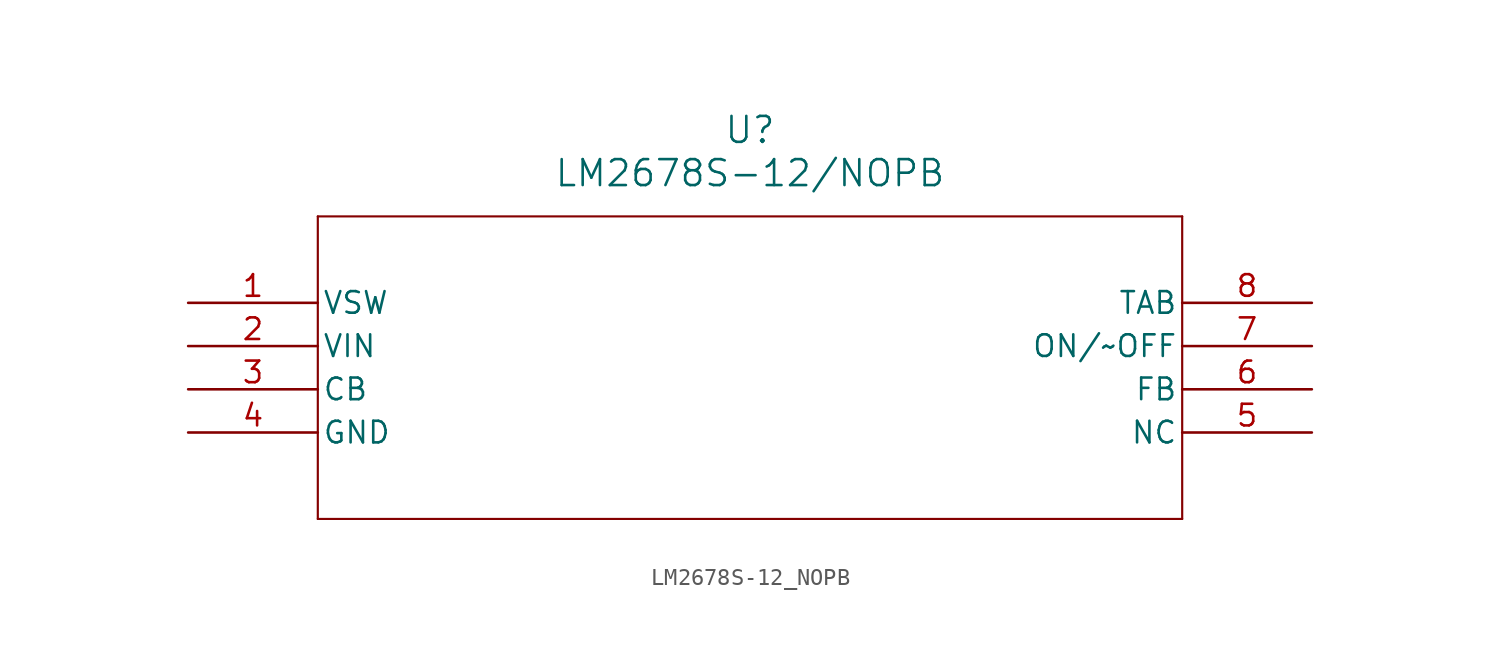
<source format=kicad_sym>
(kicad_symbol_lib
  (version 20211014)
  (generator kicad_symbol_editor)
  (symbol "LM2678S-12_NOPB"
    (pin_names
      (offset 0.254))
    (property "Reference" "U"
      (at 33.02 10.16 0)
      (effects (font (size 1.524 1.524))))
    (property "Value" "LM2678S-12/NOPB"
      (at 33.02 7.62 0)
      (effects (font (size 1.524 1.524))))
    (symbol "LM2678S-12_NOPB_0_1"
      (polyline (pts (xy 7.62 5.08) (xy 7.62 -12.7)) (stroke (width 0.127) (type default) (color 0 0 0 0)) (fill (type none)))
      (polyline (pts (xy 7.62 -12.7) (xy 58.42 -12.7)) (stroke (width 0.127) (type default) (color 0 0 0 0)) (fill (type none)))
      (polyline (pts (xy 58.42 -12.7) (xy 58.42 5.08)) (stroke (width 0.127) (type default) (color 0 0 0 0)) (fill (type none)))
      (polyline (pts (xy 58.42 5.08) (xy 7.62 5.08)) (stroke (width 0.127) (type default) (color 0 0 0 0)) (fill (type none)))
      (pin output line (at 0 0 0) (length 7.62) (name "VSW" (effects (font (size 1.27 1.27)))) (number "1" (effects (font (size 1.27 1.27)))))
      (pin input line (at 0 -2.54 0) (length 7.62) (name "VIN" (effects (font (size 1.27 1.27)))) (number "2" (effects (font (size 1.27 1.27)))))
      (pin passive line (at 0 -5.08 0) (length 7.62) (name "CB" (effects (font (size 1.27 1.27)))) (number "3" (effects (font (size 1.27 1.27)))))
      (pin passive line (at 0 -7.62 0) (length 7.62) (name "GND" (effects (font (size 1.27 1.27)))) (number "4" (effects (font (size 1.27 1.27)))))
      (pin passive line (at 66.04 -7.62 180) (length 7.62) (name "NC" (effects (font (size 1.27 1.27)))) (number "5" (effects (font (size 1.27 1.27)))))
      (pin passive line (at 66.04 -5.08 180) (length 7.62) (name "FB" (effects (font (size 1.27 1.27)))) (number "6" (effects (font (size 1.27 1.27)))))
      (pin passive line (at 66.04 -2.54 180) (length 7.62) (name "ON/~OFF" (effects (font (size 1.27 1.27)))) (number "7" (effects (font (size 1.27 1.27)))))
      (pin unspecified line (at 66.04 0 180) (length 7.62) (name "TAB" (effects (font (size 1.27 1.27)))) (number "8" (effects (font (size 1.27 1.27))))))))
</source>
